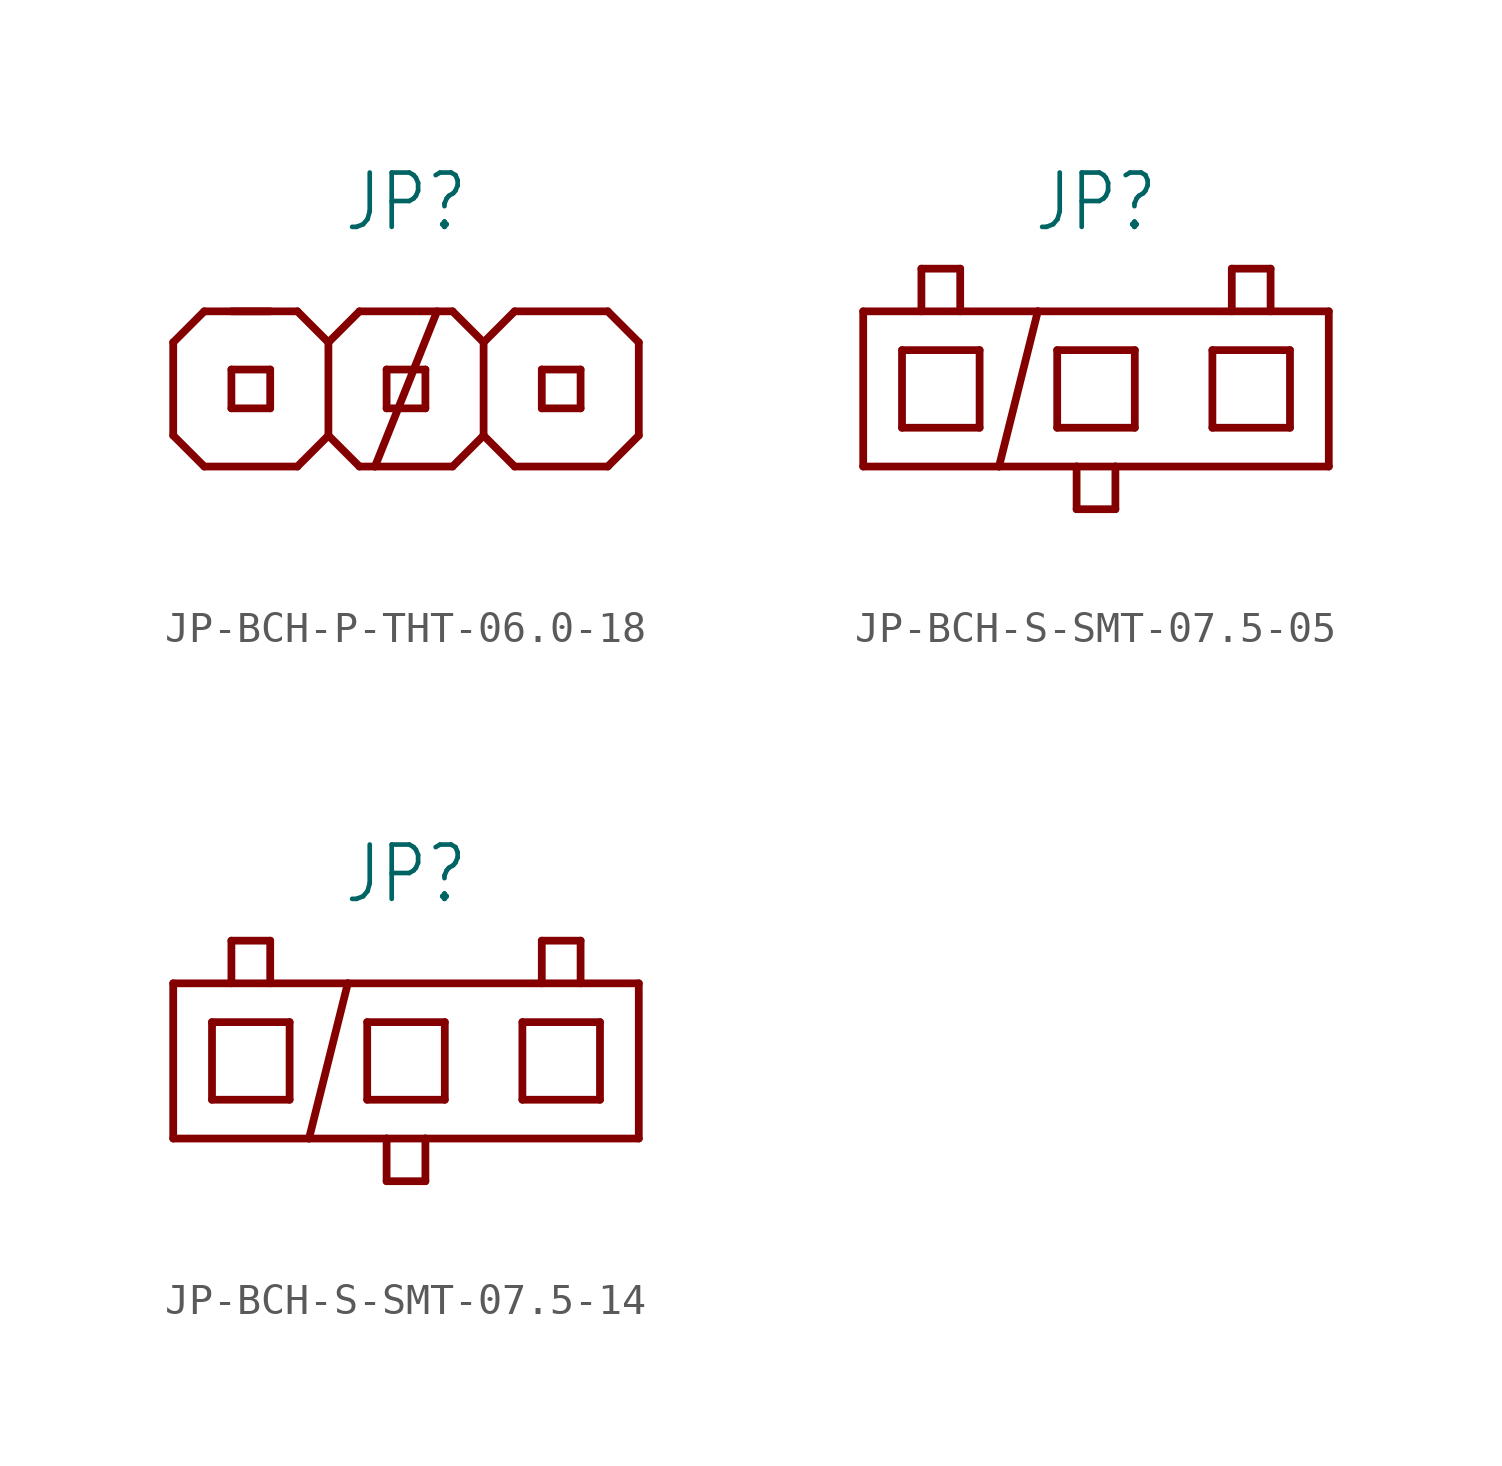
<source format=kicad_sym>
(kicad_symbol_lib
  (version 20231120)
  (generator "kicad_symbol_editor")
  (generator_version "8.0")
  (symbol "JP-BCH-P-THT-06.0-18"
    (property "Reference" "JP"
      (at 0 5.08 0)
      (effects (font (size 1.778 1.511)) (justify bottom)))
    (property "Value" ""
      (at 0 -5.08 0)
      (effects (font (size 1.778 1.511)) (justify top)))
    (property "ki_locked" ""
      (at 0 0 0)
      (effects (font (size 1.27 1.27))))
    (symbol "JP-BCH-P-THT-06.0-18_1_0"
      (polyline (pts (xy -7.62 -1.524) (xy -6.604 -2.54)) (stroke (width 0.254) (type solid)) (fill (type none)))
      (polyline (pts (xy -7.62 1.524) (xy -7.62 -1.524)) (stroke (width 0.254) (type solid)) (fill (type none)))
      (polyline (pts (xy -6.604 -2.54) (xy -3.556 -2.54)) (stroke (width 0.254) (type solid)) (fill (type none)))
      (polyline (pts (xy -6.604 2.54) (xy -7.62 1.524)) (stroke (width 0.254) (type solid)) (fill (type none)))
      (polyline (pts (xy -5.715 -0.635) (xy -4.445 -0.635)) (stroke (width 0.254) (type solid)) (fill (type none)))
      (polyline (pts (xy -5.715 0.635) (xy -5.715 -0.635)) (stroke (width 0.254) (type solid)) (fill (type none)))
      (polyline (pts (xy -4.445 -0.635) (xy -4.445 0.635)) (stroke (width 0.254) (type solid)) (fill (type none)))
      (polyline (pts (xy -4.445 0.635) (xy -5.715 0.635)) (stroke (width 0.254) (type solid)) (fill (type none)))
      (polyline (pts (xy -4.445 2.54) (xy -5.715 2.54)) (stroke (width 0.254) (type solid)) (fill (type none)))
      (polyline (pts (xy -3.556 -2.54) (xy -2.54 -1.524)) (stroke (width 0.254) (type solid)) (fill (type none)))
      (polyline (pts (xy -3.556 2.54) (xy -6.604 2.54)) (stroke (width 0.254) (type solid)) (fill (type none)))
      (polyline (pts (xy -2.54 -1.524) (xy -2.54 1.524)) (stroke (width 0.254) (type solid)) (fill (type none)))
      (polyline (pts (xy -2.54 -1.524) (xy -1.524 -2.54)) (stroke (width 0.254) (type solid)) (fill (type none)))
      (polyline (pts (xy -2.54 1.524) (xy -3.556 2.54)) (stroke (width 0.254) (type solid)) (fill (type none)))
      (polyline (pts (xy -1.524 -2.54) (xy -1.016 -2.54)) (stroke (width 0.254) (type solid)) (fill (type none)))
      (polyline (pts (xy -1.524 2.54) (xy -2.54 1.524)) (stroke (width 0.254) (type solid)) (fill (type none)))
      (polyline (pts (xy -1.016 -2.54) (xy 1.016 2.54)) (stroke (width 0.254) (type solid)) (fill (type none)))
      (polyline (pts (xy -1.016 -2.54) (xy 1.524 -2.54)) (stroke (width 0.254) (type solid)) (fill (type none)))
      (polyline (pts (xy -0.635 -0.635) (xy 0.635 -0.635)) (stroke (width 0.254) (type solid)) (fill (type none)))
      (polyline (pts (xy -0.635 0.635) (xy -0.635 -0.635)) (stroke (width 0.254) (type solid)) (fill (type none)))
      (polyline (pts (xy 0.635 -0.635) (xy 0.635 0.635)) (stroke (width 0.254) (type solid)) (fill (type none)))
      (polyline (pts (xy 0.635 0.635) (xy -0.635 0.635)) (stroke (width 0.254) (type solid)) (fill (type none)))
      (polyline (pts (xy 1.524 -2.54) (xy 2.54 -1.524)) (stroke (width 0.254) (type solid)) (fill (type none)))
      (polyline (pts (xy 1.524 2.54) (xy -1.524 2.54)) (stroke (width 0.254) (type solid)) (fill (type none)))
      (polyline (pts (xy 2.54 -1.524) (xy 3.556 -2.54)) (stroke (width 0.254) (type solid)) (fill (type none)))
      (polyline (pts (xy 2.54 1.524) (xy 1.524 2.54)) (stroke (width 0.254) (type solid)) (fill (type none)))
      (polyline (pts (xy 2.54 1.524) (xy 2.54 -1.524)) (stroke (width 0.254) (type solid)) (fill (type none)))
      (polyline (pts (xy 3.556 -2.54) (xy 6.604 -2.54)) (stroke (width 0.254) (type solid)) (fill (type none)))
      (polyline (pts (xy 3.556 2.54) (xy 2.54 1.524)) (stroke (width 0.254) (type solid)) (fill (type none)))
      (polyline (pts (xy 4.445 -0.635) (xy 5.715 -0.635)) (stroke (width 0.254) (type solid)) (fill (type none)))
      (polyline (pts (xy 4.445 0.635) (xy 4.445 -0.635)) (stroke (width 0.254) (type solid)) (fill (type none)))
      (polyline (pts (xy 5.715 -0.635) (xy 5.715 0.635)) (stroke (width 0.254) (type solid)) (fill (type none)))
      (polyline (pts (xy 5.715 0.635) (xy 4.445 0.635)) (stroke (width 0.254) (type solid)) (fill (type none)))
      (polyline (pts (xy 6.604 -2.54) (xy 7.62 -1.524)) (stroke (width 0.254) (type solid)) (fill (type none)))
      (polyline (pts (xy 6.604 2.54) (xy 3.556 2.54)) (stroke (width 0.254) (type solid)) (fill (type none)))
      (polyline (pts (xy 7.62 1.524) (xy 6.604 2.54)) (stroke (width 0.254) (type solid)) (fill (type none)))
      (polyline (pts (xy 7.62 1.524) (xy 7.62 -1.524)) (stroke (width 0.254) (type solid)) (fill (type none)))))
  (symbol "JP-BCH-S-SMT-07.5-05"
    (property "Reference" "JP"
      (at 0 5.08 0)
      (effects (font (size 1.778 1.511)) (justify bottom)))
    (property "Value" ""
      (at 0 -5.08 0)
      (effects (font (size 1.778 1.511)) (justify top)))
    (property "ki_locked" ""
      (at 0 0 0)
      (effects (font (size 1.27 1.27))))
    (symbol "JP-BCH-S-SMT-07.5-05_1_0"
      (polyline (pts (xy -7.62 -2.54) (xy -7.62 2.54)) (stroke (width 0.254) (type solid)) (fill (type none)))
      (polyline (pts (xy -6.35 -1.27) (xy -3.81 -1.27)) (stroke (width 0.254) (type solid)) (fill (type none)))
      (polyline (pts (xy -6.35 1.27) (xy -6.35 -1.27)) (stroke (width 0.254) (type solid)) (fill (type none)))
      (polyline (pts (xy -5.715 2.54) (xy -5.715 3.937)) (stroke (width 0.254) (type solid)) (fill (type none)))
      (polyline (pts (xy -5.715 3.937) (xy -4.445 3.937)) (stroke (width 0.254) (type solid)) (fill (type none)))
      (polyline (pts (xy -4.445 3.937) (xy -4.445 2.54)) (stroke (width 0.254) (type solid)) (fill (type none)))
      (polyline (pts (xy -3.81 -1.27) (xy -3.81 1.27)) (stroke (width 0.254) (type solid)) (fill (type none)))
      (polyline (pts (xy -3.81 1.27) (xy -6.35 1.27)) (stroke (width 0.254) (type solid)) (fill (type none)))
      (polyline (pts (xy -3.175 -2.54) (xy -7.62 -2.54)) (stroke (width 0.254) (type solid)) (fill (type none)))
      (polyline (pts (xy -3.175 -2.54) (xy -1.905 2.54)) (stroke (width 0.254) (type solid)) (fill (type none)))
      (polyline (pts (xy -1.905 2.54) (xy -7.62 2.54)) (stroke (width 0.254) (type solid)) (fill (type none)))
      (polyline (pts (xy -1.27 -1.27) (xy 1.27 -1.27)) (stroke (width 0.254) (type solid)) (fill (type none)))
      (polyline (pts (xy -1.27 1.27) (xy -1.27 -1.27)) (stroke (width 0.254) (type solid)) (fill (type none)))
      (polyline (pts (xy -0.635 -3.937) (xy -0.635 -2.54)) (stroke (width 0.254) (type solid)) (fill (type none)))
      (polyline (pts (xy -0.635 -2.54) (xy -3.175 -2.54)) (stroke (width 0.254) (type solid)) (fill (type none)))
      (polyline (pts (xy 0.635 -3.937) (xy -0.635 -3.937)) (stroke (width 0.254) (type solid)) (fill (type none)))
      (polyline (pts (xy 0.635 -2.54) (xy -0.635 -2.54)) (stroke (width 0.254) (type solid)) (fill (type none)))
      (polyline (pts (xy 0.635 -2.54) (xy 0.635 -3.937)) (stroke (width 0.254) (type solid)) (fill (type none)))
      (polyline (pts (xy 1.27 -1.27) (xy 1.27 1.27)) (stroke (width 0.254) (type solid)) (fill (type none)))
      (polyline (pts (xy 1.27 1.27) (xy -1.27 1.27)) (stroke (width 0.254) (type solid)) (fill (type none)))
      (polyline (pts (xy 3.81 -1.27) (xy 6.35 -1.27)) (stroke (width 0.254) (type solid)) (fill (type none)))
      (polyline (pts (xy 3.81 1.27) (xy 3.81 -1.27)) (stroke (width 0.254) (type solid)) (fill (type none)))
      (polyline (pts (xy 4.445 2.54) (xy 4.445 3.937)) (stroke (width 0.254) (type solid)) (fill (type none)))
      (polyline (pts (xy 4.445 3.937) (xy 5.715 3.937)) (stroke (width 0.254) (type solid)) (fill (type none)))
      (polyline (pts (xy 5.715 3.937) (xy 5.715 2.54)) (stroke (width 0.254) (type solid)) (fill (type none)))
      (polyline (pts (xy 6.35 -1.27) (xy 6.35 1.27)) (stroke (width 0.254) (type solid)) (fill (type none)))
      (polyline (pts (xy 6.35 1.27) (xy 3.81 1.27)) (stroke (width 0.254) (type solid)) (fill (type none)))
      (polyline (pts (xy 7.62 -2.54) (xy 0.635 -2.54)) (stroke (width 0.254) (type solid)) (fill (type none)))
      (polyline (pts (xy 7.62 2.54) (xy -1.905 2.54)) (stroke (width 0.254) (type solid)) (fill (type none)))
      (polyline (pts (xy 7.62 2.54) (xy 7.62 -2.54)) (stroke (width 0.254) (type solid)) (fill (type none)))))
  (symbol "JP-BCH-S-SMT-07.5-14"
    (property "Reference" "JP"
      (at 0 5.08 0)
      (effects (font (size 1.778 1.511)) (justify bottom)))
    (property "Value" ""
      (at 0 -5.08 0)
      (effects (font (size 1.778 1.511)) (justify top)))
    (property "ki_locked" ""
      (at 0 0 0)
      (effects (font (size 1.27 1.27))))
    (symbol "JP-BCH-S-SMT-07.5-14_1_0"
      (polyline (pts (xy -7.62 -2.54) (xy -7.62 2.54)) (stroke (width 0.254) (type solid)) (fill (type none)))
      (polyline (pts (xy -6.35 -1.27) (xy -3.81 -1.27)) (stroke (width 0.254) (type solid)) (fill (type none)))
      (polyline (pts (xy -6.35 1.27) (xy -6.35 -1.27)) (stroke (width 0.254) (type solid)) (fill (type none)))
      (polyline (pts (xy -5.715 2.54) (xy -5.715 3.937)) (stroke (width 0.254) (type solid)) (fill (type none)))
      (polyline (pts (xy -5.715 3.937) (xy -4.445 3.937)) (stroke (width 0.254) (type solid)) (fill (type none)))
      (polyline (pts (xy -4.445 3.937) (xy -4.445 2.54)) (stroke (width 0.254) (type solid)) (fill (type none)))
      (polyline (pts (xy -3.81 -1.27) (xy -3.81 1.27)) (stroke (width 0.254) (type solid)) (fill (type none)))
      (polyline (pts (xy -3.81 1.27) (xy -6.35 1.27)) (stroke (width 0.254) (type solid)) (fill (type none)))
      (polyline (pts (xy -3.175 -2.54) (xy -7.62 -2.54)) (stroke (width 0.254) (type solid)) (fill (type none)))
      (polyline (pts (xy -3.175 -2.54) (xy -1.905 2.54)) (stroke (width 0.254) (type solid)) (fill (type none)))
      (polyline (pts (xy -1.905 2.54) (xy -7.62 2.54)) (stroke (width 0.254) (type solid)) (fill (type none)))
      (polyline (pts (xy -1.27 -1.27) (xy 1.27 -1.27)) (stroke (width 0.254) (type solid)) (fill (type none)))
      (polyline (pts (xy -1.27 1.27) (xy -1.27 -1.27)) (stroke (width 0.254) (type solid)) (fill (type none)))
      (polyline (pts (xy -0.635 -3.937) (xy -0.635 -2.54)) (stroke (width 0.254) (type solid)) (fill (type none)))
      (polyline (pts (xy -0.635 -2.54) (xy -3.175 -2.54)) (stroke (width 0.254) (type solid)) (fill (type none)))
      (polyline (pts (xy 0.635 -3.937) (xy -0.635 -3.937)) (stroke (width 0.254) (type solid)) (fill (type none)))
      (polyline (pts (xy 0.635 -2.54) (xy -0.635 -2.54)) (stroke (width 0.254) (type solid)) (fill (type none)))
      (polyline (pts (xy 0.635 -2.54) (xy 0.635 -3.937)) (stroke (width 0.254) (type solid)) (fill (type none)))
      (polyline (pts (xy 1.27 -1.27) (xy 1.27 1.27)) (stroke (width 0.254) (type solid)) (fill (type none)))
      (polyline (pts (xy 1.27 1.27) (xy -1.27 1.27)) (stroke (width 0.254) (type solid)) (fill (type none)))
      (polyline (pts (xy 3.81 -1.27) (xy 6.35 -1.27)) (stroke (width 0.254) (type solid)) (fill (type none)))
      (polyline (pts (xy 3.81 1.27) (xy 3.81 -1.27)) (stroke (width 0.254) (type solid)) (fill (type none)))
      (polyline (pts (xy 4.445 2.54) (xy 4.445 3.937)) (stroke (width 0.254) (type solid)) (fill (type none)))
      (polyline (pts (xy 4.445 3.937) (xy 5.715 3.937)) (stroke (width 0.254) (type solid)) (fill (type none)))
      (polyline (pts (xy 5.715 3.937) (xy 5.715 2.54)) (stroke (width 0.254) (type solid)) (fill (type none)))
      (polyline (pts (xy 6.35 -1.27) (xy 6.35 1.27)) (stroke (width 0.254) (type solid)) (fill (type none)))
      (polyline (pts (xy 6.35 1.27) (xy 3.81 1.27)) (stroke (width 0.254) (type solid)) (fill (type none)))
      (polyline (pts (xy 7.62 -2.54) (xy 0.635 -2.54)) (stroke (width 0.254) (type solid)) (fill (type none)))
      (polyline (pts (xy 7.62 2.54) (xy -1.905 2.54)) (stroke (width 0.254) (type solid)) (fill (type none)))
      (polyline (pts (xy 7.62 2.54) (xy 7.62 -2.54)) (stroke (width 0.254) (type solid)) (fill (type none))))))
</source>
